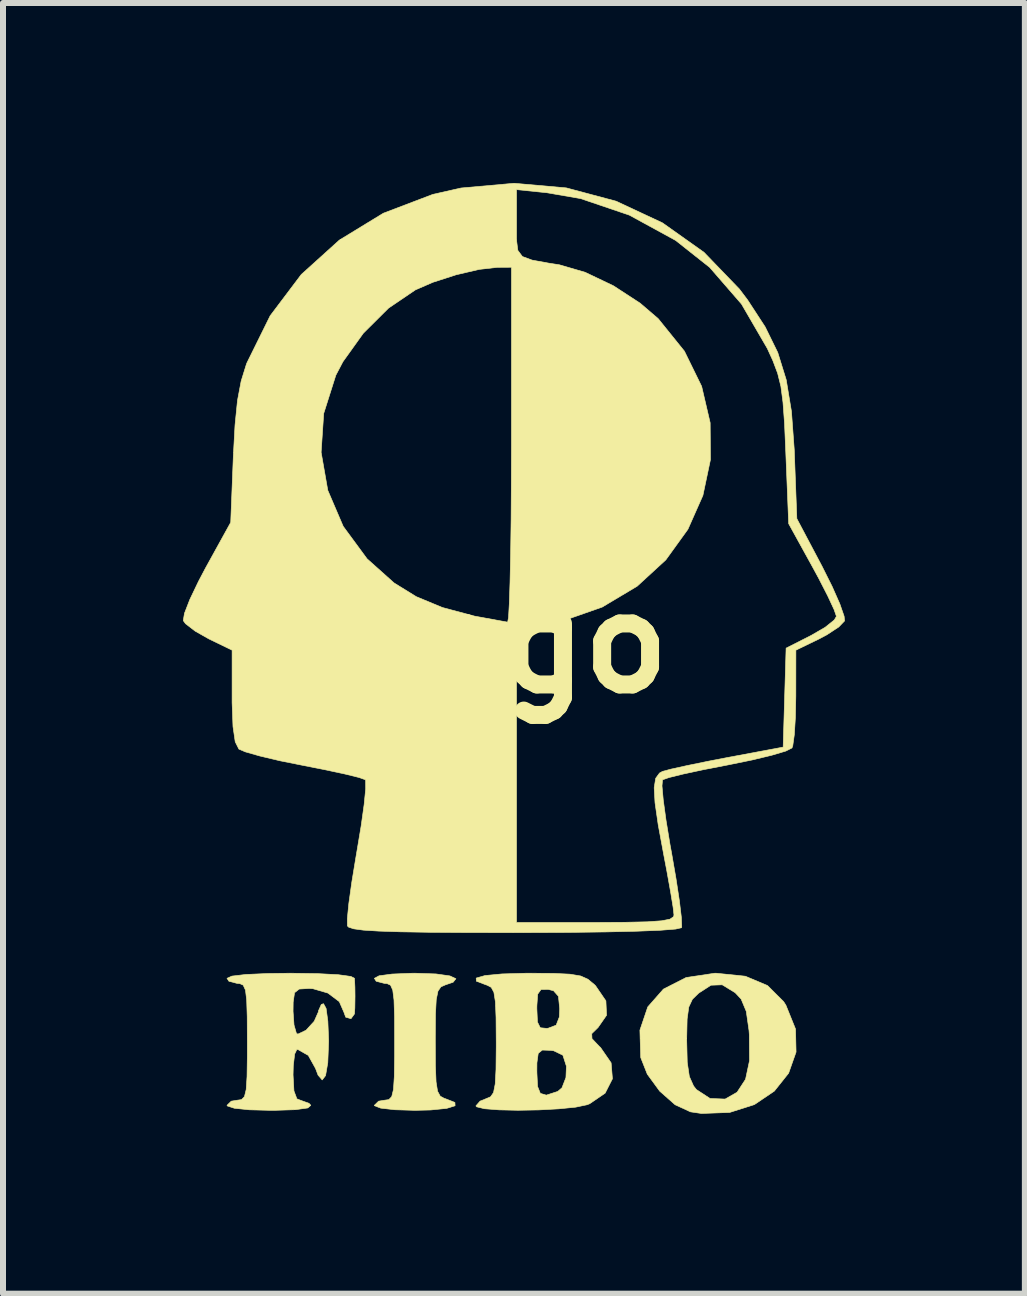
<source format=kicad_pcb>
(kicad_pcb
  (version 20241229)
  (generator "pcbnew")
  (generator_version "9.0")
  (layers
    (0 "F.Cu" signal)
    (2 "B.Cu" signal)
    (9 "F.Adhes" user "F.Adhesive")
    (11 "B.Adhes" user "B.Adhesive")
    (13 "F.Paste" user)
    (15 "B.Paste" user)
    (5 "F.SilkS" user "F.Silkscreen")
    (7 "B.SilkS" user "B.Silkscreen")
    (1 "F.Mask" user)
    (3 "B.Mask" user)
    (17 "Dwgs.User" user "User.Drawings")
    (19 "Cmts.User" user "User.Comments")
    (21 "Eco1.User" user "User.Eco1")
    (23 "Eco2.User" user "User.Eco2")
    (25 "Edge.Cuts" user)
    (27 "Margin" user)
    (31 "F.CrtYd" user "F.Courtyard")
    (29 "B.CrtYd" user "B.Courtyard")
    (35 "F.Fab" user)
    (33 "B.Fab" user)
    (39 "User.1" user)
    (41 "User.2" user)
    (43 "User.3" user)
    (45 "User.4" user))
  (footprint "Logo"
    (layer "F.Cu")
    (at 5.391 7.67)
    (property "Reference" "Logo" (at 0 0 0) (layer "F.SilkS") (effects (font (size 1.524 1.524) (thickness 0.3))))
    (attr through_hole)
    (fp_poly (pts (xy -1.173 5.515) (xy -0.941 5.548) (xy -0.841 5.595) (xy -0.887 5.653) (xy -1.016 5.697) (xy -1.091 5.73) (xy -1.14 5.801) (xy -1.169 5.942) (xy -1.182 6.185) (xy -1.185 6.559) (xy -1.185 6.646) (xy -1.183 7.049) (xy -1.172 7.314) (xy -1.147 7.471) (xy -1.102 7.553) (xy -1.032 7.591) (xy -1.016 7.595) (xy -0.858 7.657) (xy -0.855 7.712) (xy -0.994 7.756) (xy -1.262 7.783) (xy -1.524 7.789) (xy -1.859 7.779) (xy -2.095 7.752) (xy -2.199 7.712) (xy -2.201 7.705) (xy -2.13 7.636) (xy -2.032 7.62) (xy -1.959 7.61) (xy -1.911 7.56) (xy -1.882 7.441) (xy -1.868 7.226) (xy -1.863 6.884) (xy -1.863 6.646) (xy -1.864 6.228) (xy -1.873 5.95) (xy -1.894 5.785) (xy -1.931 5.702) (xy -1.991 5.675) (xy -2.032 5.673) (xy -2.17 5.637) (xy -2.201 5.588) (xy -2.122 5.546) (xy -1.906 5.517) (xy -1.585 5.504) (xy -1.524 5.503) (xy -1.173 5.515)) (stroke (width 0.01) (type solid)) (fill yes) (layer "F.SilkS"))
    (fp_poly (pts (xy 3.983 5.553) (xy 4.352 5.708) (xy 4.622 5.977) (xy 4.66 6.037) (xy 4.82 6.433) (xy 4.829 6.817) (xy 4.705 7.169) (xy 4.467 7.468) (xy 4.134 7.693) (xy 3.722 7.824) (xy 3.252 7.841) (xy 3.069 7.814) (xy 2.813 7.696) (xy 2.556 7.469) (xy 2.349 7.186) (xy 2.24 6.91) (xy 2.231 6.63) (xy 3.006 6.63) (xy 3.015 6.989) (xy 3.05 7.225) (xy 3.12 7.382) (xy 3.167 7.442) (xy 3.395 7.591) (xy 3.647 7.601) (xy 3.846 7.487) (xy 3.987 7.271) (xy 4.053 6.961) (xy 4.05 6.528) (xy 4.045 6.459) (xy 3.999 6.139) (xy 3.914 5.935) (xy 3.814 5.828) (xy 3.598 5.696) (xy 3.41 5.703) (xy 3.206 5.835) (xy 3.101 5.937) (xy 3.041 6.066) (xy 3.013 6.267) (xy 3.006 6.586) (xy 3.006 6.63) (xy 2.231 6.63) (xy 2.226 6.452) (xy 2.357 6.065) (xy 2.618 5.768) (xy 2.996 5.575) (xy 3.475 5.503) (xy 3.495 5.503) (xy 3.983 5.553)) (stroke (width 0.01) (type solid)) (fill yes) (layer "F.SilkS"))
    (fp_poly (pts (xy -3.143 5.51) (xy -2.801 5.528) (xy -2.591 5.557) (xy -2.532 5.588) (xy -2.525 5.733) (xy -2.523 5.884) (xy -2.526 6.081) (xy -2.532 6.181) (xy -2.59 6.261) (xy -2.678 6.236) (xy -2.709 6.151) (xy -2.785 5.977) (xy -2.975 5.834) (xy -3.225 5.761) (xy -3.288 5.757) (xy -3.453 5.767) (xy -3.531 5.828) (xy -3.554 5.985) (xy -3.556 6.138) (xy -3.54 6.366) (xy -3.501 6.502) (xy -3.477 6.519) (xy -3.339 6.453) (xy -3.203 6.304) (xy -3.133 6.146) (xy -3.133 6.132) (xy -3.085 6.024) (xy -3.048 6.011) (xy -3.005 6.09) (xy -2.976 6.303) (xy -2.963 6.617) (xy -2.963 6.646) (xy -2.977 6.994) (xy -3.014 7.21) (xy -3.07 7.282) (xy -3.139 7.202) (xy -3.181 7.091) (xy -3.302 6.873) (xy -3.473 6.776) (xy -3.493 6.775) (xy -3.529 6.85) (xy -3.552 7.044) (xy -3.556 7.197) (xy -3.541 7.466) (xy -3.492 7.597) (xy -3.434 7.62) (xy -3.29 7.672) (xy -3.26 7.705) (xy -3.31 7.749) (xy -3.518 7.778) (xy -3.871 7.789) (xy -3.932 7.789) (xy -4.284 7.78) (xy -4.534 7.754) (xy -4.651 7.716) (xy -4.657 7.705) (xy -4.586 7.636) (xy -4.487 7.62) (xy -4.415 7.61) (xy -4.366 7.56) (xy -4.337 7.441) (xy -4.323 7.226) (xy -4.318 6.884) (xy -4.318 6.646) (xy -4.32 6.228) (xy -4.329 5.95) (xy -4.349 5.785) (xy -4.387 5.702) (xy -4.446 5.675) (xy -4.487 5.673) (xy -4.625 5.637) (xy -4.657 5.588) (xy -4.575 5.551) (xy -4.343 5.524) (xy -3.978 5.508) (xy -3.598 5.503) (xy -3.143 5.51)) (stroke (width 0.01) (type solid)) (fill yes) (layer "F.SilkS"))
    (fp_poly (pts (xy 0.788 5.506) (xy 1.06 5.519) (xy 1.238 5.549) (xy 1.359 5.603) (xy 1.463 5.689) (xy 1.486 5.711) (xy 1.659 5.964) (xy 1.67 6.204) (xy 1.528 6.408) (xy 1.423 6.511) (xy 1.427 6.594) (xy 1.547 6.721) (xy 1.57 6.742) (xy 1.746 6.997) (xy 1.768 7.263) (xy 1.646 7.503) (xy 1.388 7.679) (xy 1.344 7.696) (xy 1.154 7.736) (xy 0.872 7.764) (xy 0.538 7.782) (xy 0.193 7.788) (xy -0.121 7.781) (xy -0.365 7.762) (xy -0.496 7.73) (xy -0.508 7.715) (xy -0.438 7.635) (xy -0.339 7.595) (xy -0.263 7.563) (xy -0.214 7.492) (xy -0.186 7.35) (xy -0.175 7.149) (xy 0.508 7.149) (xy 0.52 7.391) (xy 0.566 7.506) (xy 0.664 7.535) (xy 0.667 7.535) (xy 0.856 7.474) (xy 0.927 7.413) (xy 0.993 7.242) (xy 1.001 7.054) (xy 0.942 6.87) (xy 0.789 6.796) (xy 0.741 6.789) (xy 0.599 6.784) (xy 0.531 6.839) (xy 0.509 6.998) (xy 0.508 7.149) (xy -0.175 7.149) (xy -0.173 7.108) (xy -0.169 6.733) (xy -0.169 6.646) (xy -0.172 6.244) (xy -0.178 6.096) (xy 0.508 6.096) (xy 0.518 6.317) (xy 0.565 6.412) (xy 0.673 6.423) (xy 0.699 6.419) (xy 0.83 6.369) (xy 0.883 6.233) (xy 0.889 6.096) (xy 0.868 5.888) (xy 0.786 5.795) (xy 0.699 5.773) (xy 0.578 5.774) (xy 0.522 5.852) (xy 0.508 6.049) (xy 0.508 6.096) (xy -0.178 6.096) (xy -0.183 5.979) (xy -0.208 5.821) (xy -0.252 5.739) (xy -0.322 5.702) (xy -0.339 5.697) (xy -0.5 5.636) (xy -0.503 5.584) (xy -0.357 5.542) (xy -0.074 5.515) (xy 0.337 5.503) (xy 0.385 5.503) (xy 0.788 5.506)) (stroke (width 0.01) (type solid)) (fill yes) (layer "F.SilkS"))
    (fp_poly (pts (xy 0.999 -7.588) (xy 1.83 -7.366) (xy 2.602 -7.005) (xy 3.294 -6.514) (xy 3.884 -5.902) (xy 4.022 -5.719) (xy 4.314 -5.271) (xy 4.524 -4.843) (xy 4.665 -4.388) (xy 4.752 -3.862) (xy 4.799 -3.22) (xy 4.802 -3.133) (xy 4.842 -2.074) (xy 5.262 -1.28) (xy 5.431 -0.942) (xy 5.559 -0.652) (xy 5.63 -0.447) (xy 5.638 -0.37) (xy 5.54 -0.268) (xy 5.342 -0.138) (xy 5.21 -0.068) (xy 4.826 0.118) (xy 4.825 0.885) (xy 4.818 1.236) (xy 4.8 1.526) (xy 4.774 1.711) (xy 4.761 1.748) (xy 4.658 1.8) (xy 4.422 1.87) (xy 4.089 1.95) (xy 3.693 2.031) (xy 3.683 2.033) (xy 3.286 2.11) (xy 2.951 2.182) (xy 2.712 2.241) (xy 2.604 2.279) (xy 2.603 2.28) (xy 2.594 2.38) (xy 2.615 2.614) (xy 2.661 2.951) (xy 2.728 3.359) (xy 2.754 3.501) (xy 2.828 3.928) (xy 2.884 4.296) (xy 2.917 4.573) (xy 2.923 4.727) (xy 2.919 4.745) (xy 2.822 4.767) (xy 2.569 4.787) (xy 2.174 4.803) (xy 1.651 4.815) (xy 1.013 4.823) (xy 0.273 4.826) (xy 0.131 4.826) (xy -0.649 4.825) (xy -1.276 4.821) (xy -1.764 4.813) (xy -2.127 4.801) (xy -2.383 4.785) (xy -2.545 4.763) (xy -2.63 4.735) (xy -2.65 4.714) (xy -2.651 4.593) (xy -2.626 4.339) (xy -2.577 3.988) (xy -2.509 3.574) (xy -2.491 3.468) (xy -2.421 3.049) (xy -2.371 2.692) (xy -2.345 2.428) (xy -2.346 2.29) (xy -2.351 2.278) (xy -2.454 2.241) (xy -2.689 2.183) (xy -3.019 2.112) (xy -3.379 2.041) (xy -3.773 1.962) (xy -4.11 1.882) (xy -4.352 1.813) (xy -4.459 1.767) (xy -4.52 1.645) (xy -4.557 1.392) (xy -4.572 0.992) (xy -4.572 0.896) (xy -4.572 0.118) (xy -4.956 -0.068) (xy -5.187 -0.199) (xy -5.348 -0.323) (xy -5.386 -0.375) (xy -5.366 -0.496) (xy -5.277 -0.726) (xy -5.133 -1.027) (xy -5.014 -1.253) (xy -4.595 -2.012) (xy -4.552 -3.101) (xy -4.548 -3.18) (xy -3.088 -3.18) (xy -2.977 -2.546) (xy -2.72 -1.946) (xy -2.322 -1.405) (xy -1.871 -1.002) (xy -1.5 -0.773) (xy -1.066 -0.593) (xy -0.532 -0.45) (xy 0.021 -0.349) (xy 0.036 -0.428) (xy 0.049 -0.657) (xy 0.061 -1.018) (xy 0.071 -1.49) (xy 0.079 -2.056) (xy 0.083 -2.696) (xy 0.085 -3.302) (xy 0.085 -6.265) (xy -0.148 -6.264) (xy -0.455 -6.229) (xy -0.839 -6.139) (xy -1.226 -6.014) (xy -1.516 -5.888) (xy -1.964 -5.584) (xy -2.384 -5.166) (xy -2.725 -4.69) (xy -2.843 -4.465) (xy -3.045 -3.828) (xy -3.088 -3.18) (xy -4.548 -3.18) (xy -4.523 -3.637) (xy -4.482 -4.045) (xy -4.421 -4.368) (xy -4.335 -4.645) (xy -4.326 -4.669) (xy -3.937 -5.457) (xy -3.419 -6.144) (xy -2.785 -6.717) (xy -2.324 -6.999) (xy 0.169 -6.999) (xy 0.169 -6.72) (xy 0.191 -6.546) (xy 0.267 -6.444) (xy 0.429 -6.384) (xy 0.71 -6.333) (xy 0.884 -6.306) (xy 1.313 -6.181) (xy 1.783 -5.957) (xy 2.23 -5.666) (xy 2.53 -5.409) (xy 2.968 -4.866) (xy 3.255 -4.28) (xy 3.397 -3.672) (xy 3.402 -3.059) (xy 3.276 -2.461) (xy 3.026 -1.897) (xy 2.658 -1.387) (xy 2.18 -0.948) (xy 1.597 -0.6) (xy 0.918 -0.362) (xy 0.725 -0.321) (xy 0.169 -0.215) (xy 0.169 4.657) (xy 1.482 4.657) (xy 1.99 4.654) (xy 2.351 4.646) (xy 2.589 4.629) (xy 2.727 4.602) (xy 2.786 4.562) (xy 2.794 4.533) (xy 2.779 4.401) (xy 2.737 4.145) (xy 2.676 3.805) (xy 2.625 3.538) (xy 2.531 3.029) (xy 2.478 2.662) (xy 2.464 2.411) (xy 2.489 2.254) (xy 2.553 2.166) (xy 2.603 2.139) (xy 2.744 2.101) (xy 3.011 2.042) (xy 3.362 1.97) (xy 3.683 1.908) (xy 4.614 1.734) (xy 4.663 0.084) (xy 5.083 -0.129) (xy 5.314 -0.263) (xy 5.466 -0.385) (xy 5.502 -0.446) (xy 5.462 -0.561) (xy 5.357 -0.786) (xy 5.205 -1.082) (xy 5.103 -1.27) (xy 4.706 -1.99) (xy 4.658 -3.175) (xy 4.637 -3.659) (xy 4.611 -4.014) (xy 4.576 -4.28) (xy 4.522 -4.497) (xy 4.443 -4.707) (xy 4.35 -4.911) (xy 3.92 -5.651) (xy 3.389 -6.263) (xy 2.822 -6.712) (xy 2.05 -7.134) (xy 1.237 -7.41) (xy 0.676 -7.507) (xy 0.169 -7.559) (xy 0.169 -6.999) (xy -2.324 -6.999) (xy -2.05 -7.166) (xy -1.228 -7.479) (xy -0.756 -7.586) (xy 0.13 -7.665) (xy 0.999 -7.588)) (stroke (width 0.01) (type solid)) (fill yes) (layer "F.SilkS")))
  (gr_rect
    (start -3 -3)
    (end 14.034 18.515)
    (stroke (width 0.1) (type default))
    (fill no)
    (layer "Edge.Cuts")))
</source>
